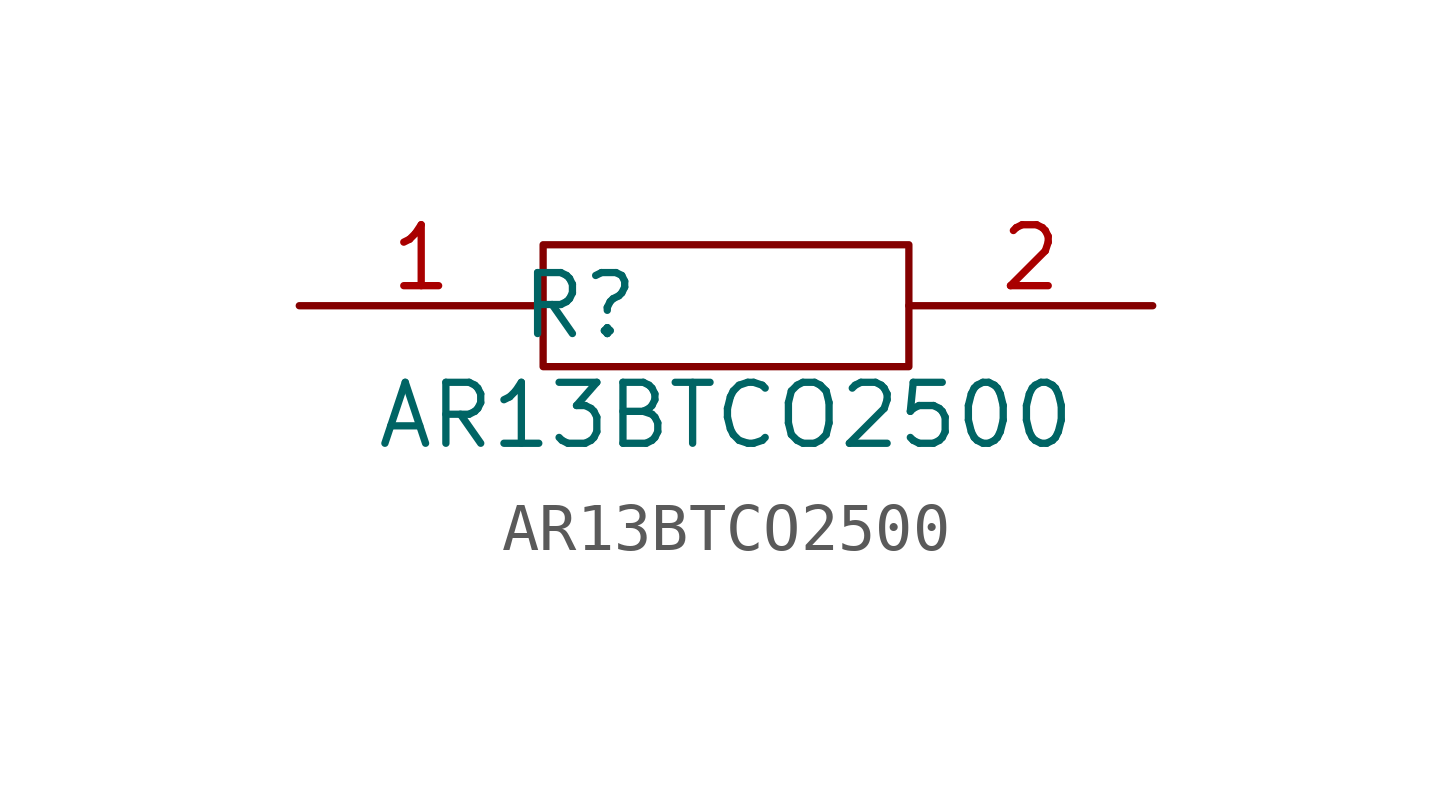
<source format=kicad_sym>
(kicad_symbol_lib
  (version 20211014)
  (generator kicad_symbol_editor)
  (symbol "AR13BTCO2500"
    (property "Reference" "R"
      (at 5.842 0 0)
      (effects (font (size 1.27 1.27))))
    (property "Value" "AR13BTCO2500"
      (at 8.89 -2.286 0)
      (effects (font (size 1.27 1.27))))
    (symbol "AR13BTCO2500_0_0"
      (pin passive line (at 0 0 0) (length 5.08) (name "~" (effects (font (size 1.27 1.27)))) (number "1" (effects (font (size 1.27 1.27)))))
      (pin passive line (at 17.78 0 180) (length 5.08) (name "~" (effects (font (size 1.27 1.27)))) (number "2" (effects (font (size 1.27 1.27))))))
    (symbol "AR13BTCO2500_0_1"
      (polyline (pts (xy 5.08 1.27) (xy 12.7 1.27) (xy 12.7 -1.27) (xy 5.08 -1.27) (xy 5.08 1.27)) (stroke (width 0.152) (type default) (color 0 0 0 0)) (fill (type none))))))
</source>
